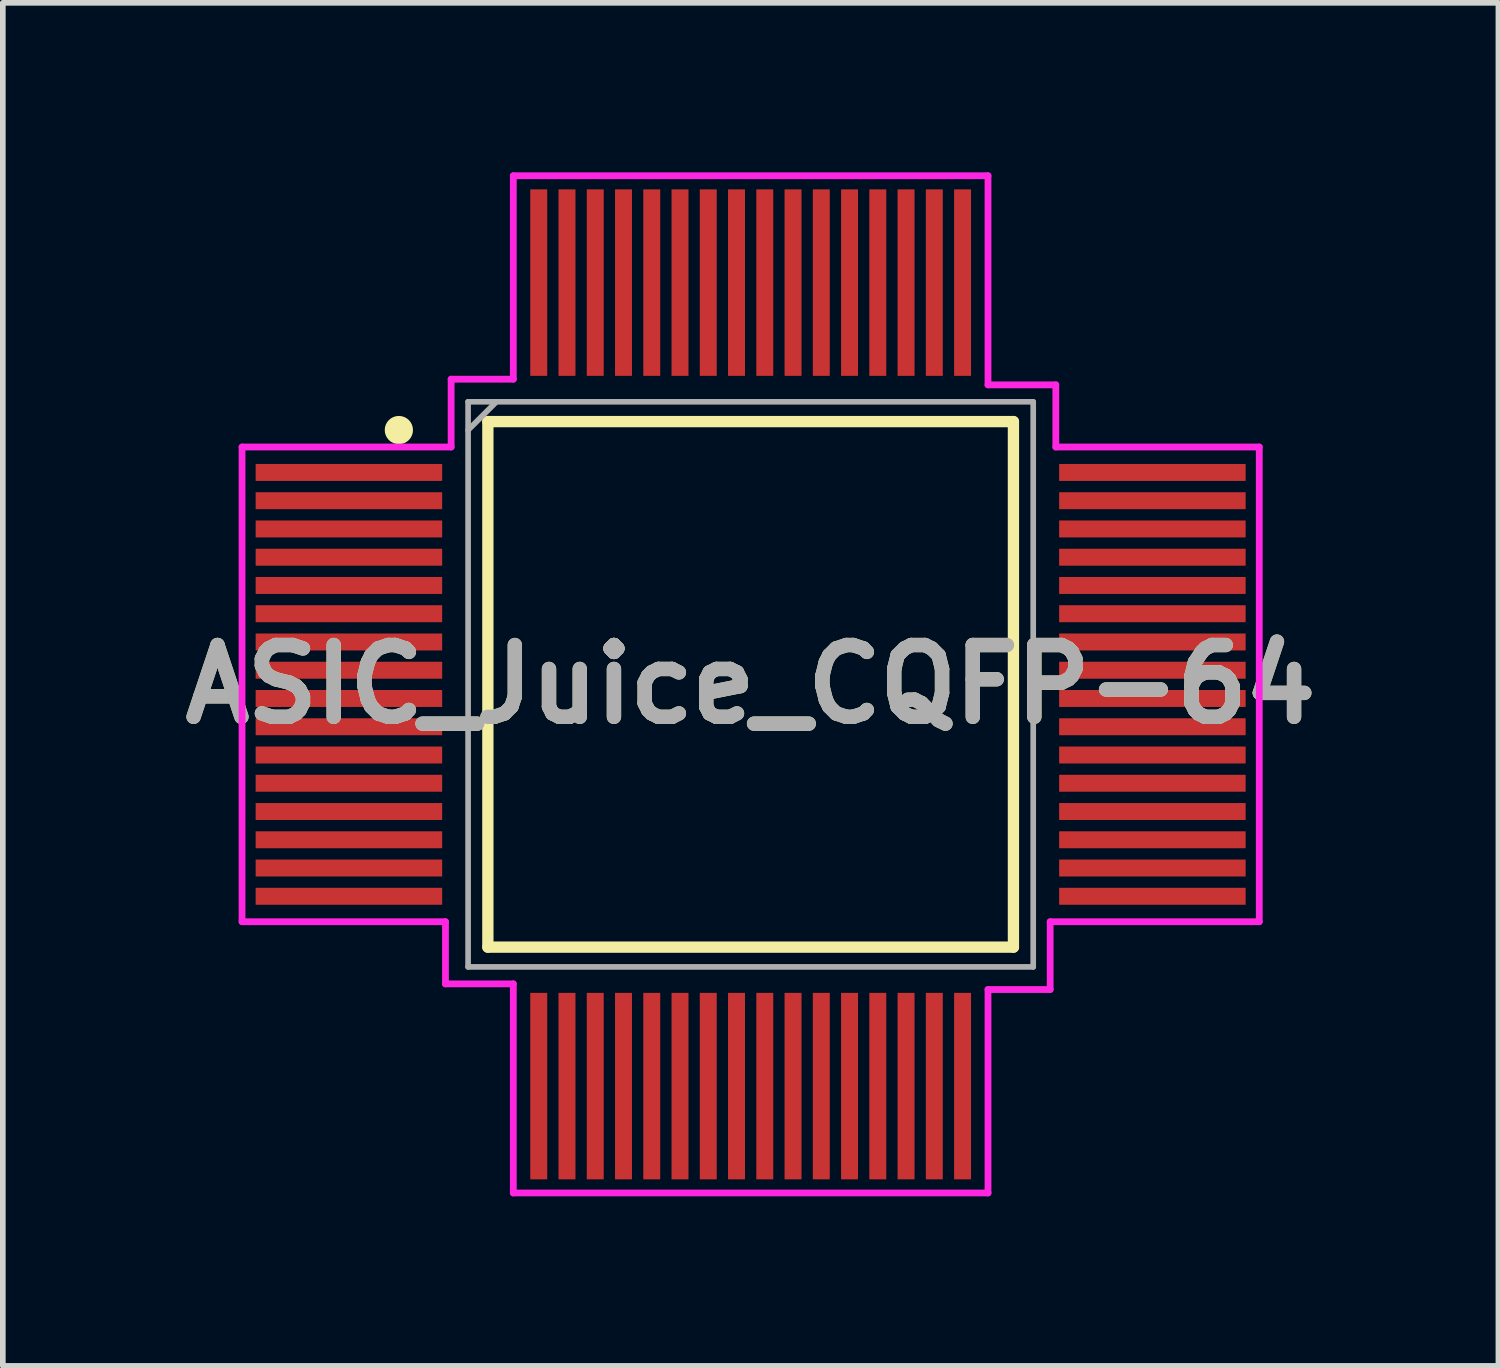
<source format=kicad_pcb>
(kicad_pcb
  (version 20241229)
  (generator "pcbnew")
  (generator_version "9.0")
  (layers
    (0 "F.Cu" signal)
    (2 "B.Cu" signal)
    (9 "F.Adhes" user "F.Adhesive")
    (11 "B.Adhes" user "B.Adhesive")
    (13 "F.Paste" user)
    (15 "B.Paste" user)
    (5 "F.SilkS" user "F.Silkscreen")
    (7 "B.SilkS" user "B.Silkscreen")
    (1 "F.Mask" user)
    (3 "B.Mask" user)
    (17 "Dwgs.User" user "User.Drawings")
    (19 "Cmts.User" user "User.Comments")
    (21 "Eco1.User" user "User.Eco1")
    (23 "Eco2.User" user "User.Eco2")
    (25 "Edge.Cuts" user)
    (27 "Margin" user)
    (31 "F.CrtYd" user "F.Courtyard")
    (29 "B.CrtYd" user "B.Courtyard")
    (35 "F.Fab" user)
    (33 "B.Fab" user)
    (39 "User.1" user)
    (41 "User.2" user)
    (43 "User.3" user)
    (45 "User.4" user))
  (footprint "ASIC_Juice_CQFP-64"
    (layer "F.Cu")
    (at 10.233 9.06)
    (property "Reference" "ASIC_Juice_CQFP-64" (at 0 0 0) (layer "F.SilkS") (effects (font (size 1.27 1.27) (thickness 0.254))))
    (attr smd)
    (fp_line (start -4.65 -4.65) (end 4.65 -4.65) (stroke (width 0.2) (type solid)) (layer "F.SilkS"))
    (fp_line (start -4.65 4.65) (end -4.65 -4.65) (stroke (width 0.2) (type solid)) (layer "F.SilkS"))
    (fp_line (start 4.65 -4.65) (end 4.65 4.65) (stroke (width 0.2) (type solid)) (layer "F.SilkS"))
    (fp_line (start 4.65 4.65) (end -4.65 4.65) (stroke (width 0.2) (type solid)) (layer "F.SilkS"))
    (fp_circle (center -6.225 -4.5) (end -6.225 -4.375) (stroke (width 0.25) (type solid)) (fill no) (layer "F.SilkS"))
    (fp_line (start -9 -4.2) (end -5.3 -4.2) (stroke (width 0.12) (type solid)) (layer "F.CrtYd"))
    (fp_line (start -9 4.2) (end -9 -4.2) (stroke (width 0.12) (type solid)) (layer "F.CrtYd"))
    (fp_line (start -5.4 4.2) (end -9 4.2) (stroke (width 0.12) (type solid)) (layer "F.CrtYd"))
    (fp_line (start -5.4 5.3) (end -5.4 4.2) (stroke (width 0.12) (type solid)) (layer "F.CrtYd"))
    (fp_line (start -5.3 -5.4) (end -4.2 -5.4) (stroke (width 0.12) (type solid)) (layer "F.CrtYd"))
    (fp_line (start -5.3 -4.2) (end -5.3 -5.4) (stroke (width 0.12) (type solid)) (layer "F.CrtYd"))
    (fp_line (start -4.2 -9) (end 4.2 -9) (stroke (width 0.12) (type solid)) (layer "F.CrtYd"))
    (fp_line (start -4.2 -5.4) (end -4.2 -9) (stroke (width 0.12) (type solid)) (layer "F.CrtYd"))
    (fp_line (start -4.2 5.3) (end -5.4 5.3) (stroke (width 0.12) (type solid)) (layer "F.CrtYd"))
    (fp_line (start -4.2 9) (end -4.2 5.3) (stroke (width 0.12) (type solid)) (layer "F.CrtYd"))
    (fp_line (start 4.2 -9) (end 4.2 -5.3) (stroke (width 0.12) (type solid)) (layer "F.CrtYd"))
    (fp_line (start 4.2 -5.3) (end 5.4 -5.3) (stroke (width 0.12) (type solid)) (layer "F.CrtYd"))
    (fp_line (start 4.2 5.4) (end 4.2 9) (stroke (width 0.12) (type solid)) (layer "F.CrtYd"))
    (fp_line (start 4.2 9) (end -4.2 9) (stroke (width 0.12) (type solid)) (layer "F.CrtYd"))
    (fp_line (start 5.3 4.2) (end 5.3 5.4) (stroke (width 0.12) (type solid)) (layer "F.CrtYd"))
    (fp_line (start 5.3 5.4) (end 4.2 5.4) (stroke (width 0.12) (type solid)) (layer "F.CrtYd"))
    (fp_line (start 5.4 -5.3) (end 5.4 -4.2) (stroke (width 0.12) (type solid)) (layer "F.CrtYd"))
    (fp_line (start 5.4 -4.2) (end 9 -4.2) (stroke (width 0.12) (type solid)) (layer "F.CrtYd"))
    (fp_line (start 9 -4.2) (end 9 4.2) (stroke (width 0.12) (type solid)) (layer "F.CrtYd"))
    (fp_line (start 9 4.2) (end 5.3 4.2) (stroke (width 0.12) (type solid)) (layer "F.CrtYd"))
    (fp_line (start -5 -5) (end 5 -5) (stroke (width 0.1) (type solid)) (layer "F.Fab"))
    (fp_line (start -5 -4.5) (end -4.5 -5) (stroke (width 0.1) (type solid)) (layer "F.Fab"))
    (fp_line (start -5 5) (end -5 -5) (stroke (width 0.1) (type solid)) (layer "F.Fab"))
    (fp_line (start 5 -5) (end 5 5) (stroke (width 0.1) (type solid)) (layer "F.Fab"))
    (fp_line (start 5 5) (end -5 5) (stroke (width 0.1) (type solid)) (layer "F.Fab"))
    (fp_text user "${REFERENCE}" (at 0 0 0) (layer "F.Fab") (effects (font (size 1.27 1.27) (thickness 0.254))))
    (pad "1" smd rect (at -7.109 -3.75 90) (size 0.3 3.3) (layers "F.Cu" "F.Mask" "F.Paste"))
    (pad "2" smd rect (at -7.109 -3.25 90) (size 0.3 3.3) (layers "F.Cu" "F.Mask" "F.Paste"))
    (pad "3" smd rect (at -7.109 -2.75 90) (size 0.3 3.3) (layers "F.Cu" "F.Mask" "F.Paste"))
    (pad "4" smd rect (at -7.109 -2.25 90) (size 0.3 3.3) (layers "F.Cu" "F.Mask" "F.Paste"))
    (pad "5" smd rect (at -7.109 -1.75 90) (size 0.3 3.3) (layers "F.Cu" "F.Mask" "F.Paste"))
    (pad "6" smd rect (at -7.109 -1.25 90) (size 0.3 3.3) (layers "F.Cu" "F.Mask" "F.Paste"))
    (pad "7" smd rect (at -7.109 -0.75 90) (size 0.3 3.3) (layers "F.Cu" "F.Mask" "F.Paste"))
    (pad "8" smd rect (at -7.109 -0.25 90) (size 0.3 3.3) (layers "F.Cu" "F.Mask" "F.Paste"))
    (pad "9" smd rect (at -7.109 0.25 90) (size 0.3 3.3) (layers "F.Cu" "F.Mask" "F.Paste"))
    (pad "10" smd rect (at -7.109 0.75 90) (size 0.3 3.3) (layers "F.Cu" "F.Mask" "F.Paste"))
    (pad "11" smd rect (at -7.109 1.25 90) (size 0.3 3.3) (layers "F.Cu" "F.Mask" "F.Paste"))
    (pad "12" smd rect (at -7.109 1.75 90) (size 0.3 3.3) (layers "F.Cu" "F.Mask" "F.Paste"))
    (pad "13" smd rect (at -7.109 2.25 90) (size 0.3 3.3) (layers "F.Cu" "F.Mask" "F.Paste"))
    (pad "14" smd rect (at -7.109 2.75 90) (size 0.3 3.3) (layers "F.Cu" "F.Mask" "F.Paste"))
    (pad "15" smd rect (at -7.109 3.25 90) (size 0.3 3.3) (layers "F.Cu" "F.Mask" "F.Paste"))
    (pad "16" smd rect (at -7.109 3.75 90) (size 0.3 3.3) (layers "F.Cu" "F.Mask" "F.Paste"))
    (pad "17" smd rect (at -3.75 7.109) (size 0.3 3.3) (layers "F.Cu" "F.Mask" "F.Paste"))
    (pad "18" smd rect (at -3.25 7.109) (size 0.3 3.3) (layers "F.Cu" "F.Mask" "F.Paste"))
    (pad "19" smd rect (at -2.75 7.109) (size 0.3 3.3) (layers "F.Cu" "F.Mask" "F.Paste"))
    (pad "20" smd rect (at -2.25 7.109) (size 0.3 3.3) (layers "F.Cu" "F.Mask" "F.Paste"))
    (pad "21" smd rect (at -1.75 7.109) (size 0.3 3.3) (layers "F.Cu" "F.Mask" "F.Paste"))
    (pad "22" smd rect (at -1.25 7.109) (size 0.3 3.3) (layers "F.Cu" "F.Mask" "F.Paste"))
    (pad "23" smd rect (at -0.75 7.109) (size 0.3 3.3) (layers "F.Cu" "F.Mask" "F.Paste"))
    (pad "24" smd rect (at -0.25 7.109) (size 0.3 3.3) (layers "F.Cu" "F.Mask" "F.Paste"))
    (pad "25" smd rect (at 0.25 7.109) (size 0.3 3.3) (layers "F.Cu" "F.Mask" "F.Paste"))
    (pad "26" smd rect (at 0.75 7.109) (size 0.3 3.3) (layers "F.Cu" "F.Mask" "F.Paste"))
    (pad "27" smd rect (at 1.25 7.109) (size 0.3 3.3) (layers "F.Cu" "F.Mask" "F.Paste"))
    (pad "28" smd rect (at 1.75 7.109) (size 0.3 3.3) (layers "F.Cu" "F.Mask" "F.Paste"))
    (pad "29" smd rect (at 2.25 7.109) (size 0.3 3.3) (layers "F.Cu" "F.Mask" "F.Paste"))
    (pad "30" smd rect (at 2.75 7.109) (size 0.3 3.3) (layers "F.Cu" "F.Mask" "F.Paste"))
    (pad "31" smd rect (at 3.25 7.109) (size 0.3 3.3) (layers "F.Cu" "F.Mask" "F.Paste"))
    (pad "32" smd rect (at 3.75 7.109) (size 0.3 3.3) (layers "F.Cu" "F.Mask" "F.Paste"))
    (pad "33" smd rect (at 7.109 3.75 90) (size 0.3 3.3) (layers "F.Cu" "F.Mask" "F.Paste"))
    (pad "34" smd rect (at 7.109 3.25 90) (size 0.3 3.3) (layers "F.Cu" "F.Mask" "F.Paste"))
    (pad "35" smd rect (at 7.109 2.75 90) (size 0.3 3.3) (layers "F.Cu" "F.Mask" "F.Paste"))
    (pad "36" smd rect (at 7.109 2.25 90) (size 0.3 3.3) (layers "F.Cu" "F.Mask" "F.Paste"))
    (pad "37" smd rect (at 7.109 1.75 90) (size 0.3 3.3) (layers "F.Cu" "F.Mask" "F.Paste"))
    (pad "38" smd rect (at 7.109 1.25 90) (size 0.3 3.3) (layers "F.Cu" "F.Mask" "F.Paste"))
    (pad "39" smd rect (at 7.109 0.75 90) (size 0.3 3.3) (layers "F.Cu" "F.Mask" "F.Paste"))
    (pad "40" smd rect (at 7.109 0.25 90) (size 0.3 3.3) (layers "F.Cu" "F.Mask" "F.Paste"))
    (pad "41" smd rect (at 7.109 -0.25 90) (size 0.3 3.3) (layers "F.Cu" "F.Mask" "F.Paste"))
    (pad "42" smd rect (at 7.109 -0.75 90) (size 0.3 3.3) (layers "F.Cu" "F.Mask" "F.Paste"))
    (pad "43" smd rect (at 7.109 -1.25 90) (size 0.3 3.3) (layers "F.Cu" "F.Mask" "F.Paste"))
    (pad "44" smd rect (at 7.109 -1.75 90) (size 0.3 3.3) (layers "F.Cu" "F.Mask" "F.Paste"))
    (pad "45" smd rect (at 7.109 -2.25 90) (size 0.3 3.3) (layers "F.Cu" "F.Mask" "F.Paste"))
    (pad "46" smd rect (at 7.109 -2.75 90) (size 0.3 3.3) (layers "F.Cu" "F.Mask" "F.Paste"))
    (pad "47" smd rect (at 7.109 -3.25 90) (size 0.3 3.3) (layers "F.Cu" "F.Mask" "F.Paste"))
    (pad "48" smd rect (at 7.109 -3.75 90) (size 0.3 3.3) (layers "F.Cu" "F.Mask" "F.Paste"))
    (pad "49" smd rect (at 3.75 -7.109) (size 0.3 3.3) (layers "F.Cu" "F.Mask" "F.Paste"))
    (pad "50" smd rect (at 3.25 -7.109) (size 0.3 3.3) (layers "F.Cu" "F.Mask" "F.Paste"))
    (pad "51" smd rect (at 2.75 -7.109) (size 0.3 3.3) (layers "F.Cu" "F.Mask" "F.Paste"))
    (pad "52" smd rect (at 2.25 -7.109) (size 0.3 3.3) (layers "F.Cu" "F.Mask" "F.Paste"))
    (pad "53" smd rect (at 1.75 -7.109) (size 0.3 3.3) (layers "F.Cu" "F.Mask" "F.Paste"))
    (pad "54" smd rect (at 1.25 -7.109) (size 0.3 3.3) (layers "F.Cu" "F.Mask" "F.Paste"))
    (pad "55" smd rect (at 0.75 -7.109) (size 0.3 3.3) (layers "F.Cu" "F.Mask" "F.Paste"))
    (pad "56" smd rect (at 0.25 -7.109) (size 0.3 3.3) (layers "F.Cu" "F.Mask" "F.Paste"))
    (pad "57" smd rect (at -0.25 -7.109) (size 0.3 3.3) (layers "F.Cu" "F.Mask" "F.Paste"))
    (pad "58" smd rect (at -0.75 -7.109) (size 0.3 3.3) (layers "F.Cu" "F.Mask" "F.Paste"))
    (pad "59" smd rect (at -1.25 -7.109) (size 0.3 3.3) (layers "F.Cu" "F.Mask" "F.Paste"))
    (pad "60" smd rect (at -1.75 -7.109) (size 0.3 3.3) (layers "F.Cu" "F.Mask" "F.Paste"))
    (pad "61" smd rect (at -2.25 -7.109) (size 0.3 3.3) (layers "F.Cu" "F.Mask" "F.Paste"))
    (pad "62" smd rect (at -2.75 -7.109) (size 0.3 3.3) (layers "F.Cu" "F.Mask" "F.Paste"))
    (pad "63" smd rect (at -3.25 -7.109) (size 0.3 3.3) (layers "F.Cu" "F.Mask" "F.Paste"))
    (pad "64" smd rect (at -3.75 -7.109) (size 0.3 3.3) (layers "F.Cu" "F.Mask" "F.Paste")))
  (gr_rect
    (start -3 -3)
    (end 23.465 21.12)
    (stroke (width 0.1) (type default))
    (fill no)
    (layer "Edge.Cuts")))
</source>
